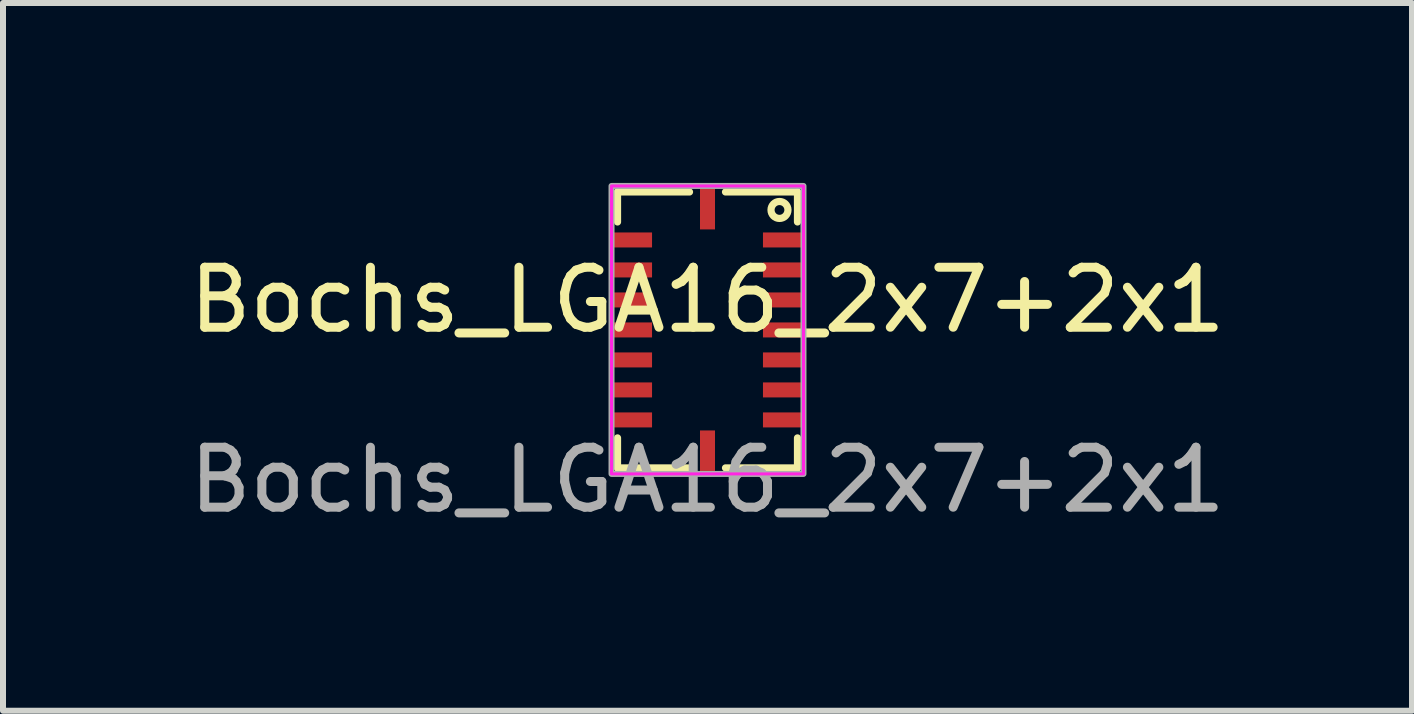
<source format=kicad_pcb>
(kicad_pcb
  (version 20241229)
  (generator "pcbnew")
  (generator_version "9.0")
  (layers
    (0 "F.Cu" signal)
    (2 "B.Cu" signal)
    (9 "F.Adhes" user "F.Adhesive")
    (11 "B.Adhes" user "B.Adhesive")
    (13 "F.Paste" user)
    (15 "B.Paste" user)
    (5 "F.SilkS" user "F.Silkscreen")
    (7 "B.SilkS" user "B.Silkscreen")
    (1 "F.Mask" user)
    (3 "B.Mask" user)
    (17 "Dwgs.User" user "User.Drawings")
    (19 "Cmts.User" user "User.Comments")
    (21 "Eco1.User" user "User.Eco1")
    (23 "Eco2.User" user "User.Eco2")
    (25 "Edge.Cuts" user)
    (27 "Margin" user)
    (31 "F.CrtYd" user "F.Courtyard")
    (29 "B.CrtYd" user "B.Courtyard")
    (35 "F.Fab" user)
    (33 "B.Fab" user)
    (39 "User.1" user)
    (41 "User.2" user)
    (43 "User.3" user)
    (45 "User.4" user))
  (footprint "Bochs_LGA16_2x7+2x1"
    (layer "F.Cu")
    (at 8.744 2.45)
    (property "Reference" "Bochs_LGA16_2x7+2x1" (at 0 -0.5 0) (unlocked yes) (layer "F.SilkS") (effects (font (size 1 1) (thickness 0.15))))
    (attr smd)
    (fp_line (start -1.5 -2.3) (end -0.3 -2.3) (stroke (width 0.12) (type default)) (layer "F.SilkS"))
    (fp_line (start -1.5 -1.8) (end -1.5 -2.3) (stroke (width 0.12) (type default)) (layer "F.SilkS"))
    (fp_line (start -1.5 2.3) (end -1.5 1.8) (stroke (width 0.12) (type default)) (layer "F.SilkS"))
    (fp_line (start -0.3 2.3) (end -1.5 2.3) (stroke (width 0.12) (type default)) (layer "F.SilkS"))
    (fp_line (start 0.3 -2.3) (end 1.5 -2.3) (stroke (width 0.12) (type default)) (layer "F.SilkS"))
    (fp_line (start 1.5 -2.3) (end 1.5 -1.8) (stroke (width 0.12) (type default)) (layer "F.SilkS"))
    (fp_line (start 1.5 1.8) (end 1.5 2.3) (stroke (width 0.12) (type default)) (layer "F.SilkS"))
    (fp_line (start 1.5 2.3) (end 0.3 2.3) (stroke (width 0.12) (type default)) (layer "F.SilkS"))
    (fp_circle (center 1.2 -2) (end 1.3 -2.1) (stroke (width 0.12) (type default)) (fill no) (layer "F.SilkS"))
    (fp_rect (start -1.6 -2.4) (end 1.6 2.4) (stroke (width 0.05) (type default)) (fill no) (layer "F.CrtYd"))
    (fp_rect (start -1.6 -2.4) (end 1.6 2.4) (stroke (width 0.1) (type default)) (fill no) (layer "F.Fab"))
    (fp_text user "${REFERENCE}" (at 0 2.5 0) (unlocked yes) (layer "F.Fab") (effects (font (size 1 1) (thickness 0.15))))
    (pad "1" smd rect (at 1.262 -1.5 90) (size 0.25 0.675) (layers "F.Cu" "F.Mask" "F.Paste"))
    (pad "2" smd rect (at 1.262 -1 90) (size 0.25 0.675) (layers "F.Cu" "F.Mask" "F.Paste"))
    (pad "3" smd rect (at 1.262 -0.5 90) (size 0.25 0.675) (layers "F.Cu" "F.Mask" "F.Paste"))
    (pad "4" smd rect (at 1.262 0 90) (size 0.25 0.675) (layers "F.Cu" "F.Mask" "F.Paste"))
    (pad "5" smd rect (at 1.262 0.5 90) (size 0.25 0.675) (layers "F.Cu" "F.Mask" "F.Paste"))
    (pad "6" smd rect (at 1.262 1 90) (size 0.25 0.675) (layers "F.Cu" "F.Mask" "F.Paste"))
    (pad "7" smd rect (at 1.262 1.5 90) (size 0.25 0.675) (layers "F.Cu" "F.Mask" "F.Paste"))
    (pad "8" smd rect (at 0 2.013 180) (size 0.25 0.675) (layers "F.Cu" "F.Mask" "F.Paste"))
    (pad "9" smd rect (at -1.262 1.5 90) (size 0.25 0.675) (layers "F.Cu" "F.Mask" "F.Paste"))
    (pad "10" smd rect (at -1.262 1 90) (size 0.25 0.675) (layers "F.Cu" "F.Mask" "F.Paste"))
    (pad "11" smd rect (at -1.262 0.5 90) (size 0.25 0.675) (layers "F.Cu" "F.Mask" "F.Paste"))
    (pad "12" smd rect (at -1.262 0 90) (size 0.25 0.675) (layers "F.Cu" "F.Mask" "F.Paste"))
    (pad "13" smd rect (at -1.262 -0.5 90) (size 0.25 0.675) (layers "F.Cu" "F.Mask" "F.Paste"))
    (pad "14" smd rect (at -1.262 -1 90) (size 0.25 0.675) (layers "F.Cu" "F.Mask" "F.Paste"))
    (pad "15" smd rect (at -1.262 -1.5 90) (size 0.25 0.675) (layers "F.Cu" "F.Mask" "F.Paste"))
    (pad "16" smd rect (at 0 -2.013 180) (size 0.25 0.675) (layers "F.Cu" "F.Mask" "F.Paste")))
  (gr_rect
    (start -3 -3)
    (end 20.488 8.798)
    (stroke (width 0.1) (type default))
    (fill no)
    (layer "Edge.Cuts")))
</source>
